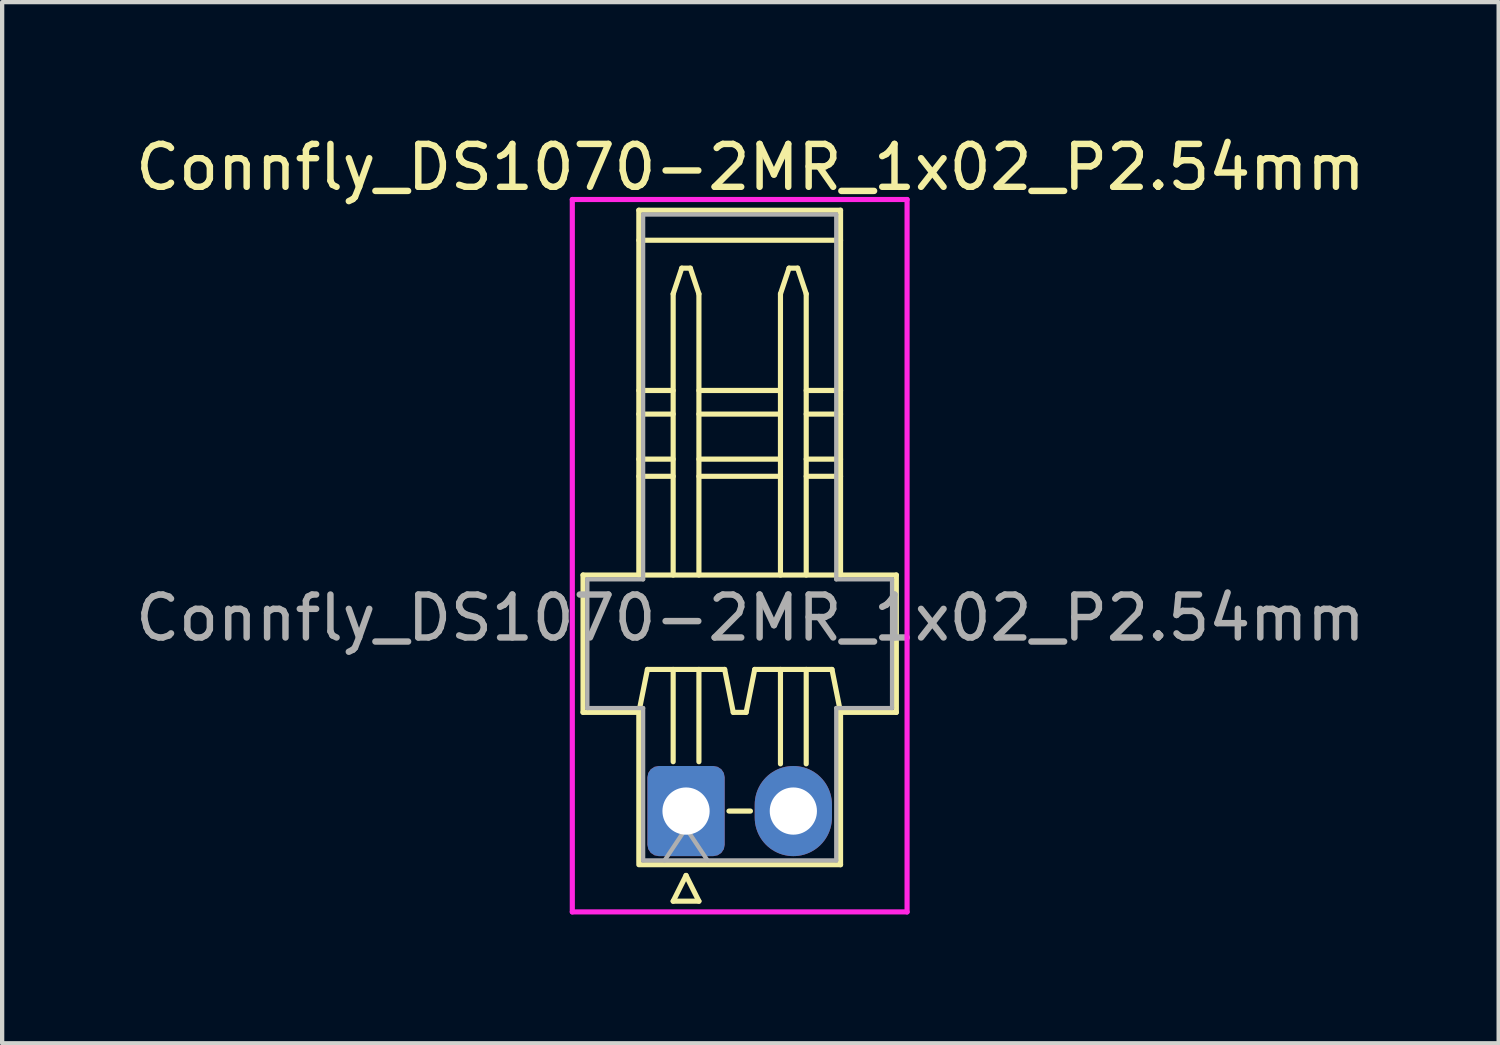
<source format=kicad_pcb>
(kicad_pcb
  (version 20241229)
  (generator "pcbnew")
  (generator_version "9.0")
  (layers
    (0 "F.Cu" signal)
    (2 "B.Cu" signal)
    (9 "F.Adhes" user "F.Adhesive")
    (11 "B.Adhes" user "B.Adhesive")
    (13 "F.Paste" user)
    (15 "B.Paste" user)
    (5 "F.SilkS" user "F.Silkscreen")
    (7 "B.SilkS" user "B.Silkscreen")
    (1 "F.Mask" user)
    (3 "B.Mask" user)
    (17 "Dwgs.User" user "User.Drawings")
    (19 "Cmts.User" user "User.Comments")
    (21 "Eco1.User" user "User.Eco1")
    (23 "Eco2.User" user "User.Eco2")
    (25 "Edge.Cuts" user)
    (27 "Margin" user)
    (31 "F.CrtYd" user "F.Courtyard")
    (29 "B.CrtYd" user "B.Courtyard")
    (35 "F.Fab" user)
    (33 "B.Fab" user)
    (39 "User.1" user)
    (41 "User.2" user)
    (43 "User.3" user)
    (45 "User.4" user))
  (footprint "Connfly_DS1070-2MR_1x02_P2.54mm"
    (layer "F.Cu")
    (at 12.935 15.848)
    (property "Reference" "Connfly_DS1070-2MR_1x02_P2.54mm" (at 1.5 -15 0) (layer "F.SilkS") (effects (font (size 1 1) (thickness 0.15))))
    (attr through_hole)
    (fp_line (start -2.4 -5.5) (end -1.1 -5.5) (stroke (width 0.12) (type solid)) (layer "F.SilkS"))
    (fp_line (start -2.4 -2.3) (end -2.4 -5.5) (stroke (width 0.12) (type solid)) (layer "F.SilkS"))
    (fp_line (start -1.1 -14) (end 3.6 -14) (stroke (width 0.12) (type solid)) (layer "F.SilkS"))
    (fp_line (start -1.1 -9.25) (end -0.3 -9.25) (stroke (width 0.12) (type solid)) (layer "F.SilkS"))
    (fp_line (start -1.1 -8.2) (end -0.3 -8.2) (stroke (width 0.12) (type solid)) (layer "F.SilkS"))
    (fp_line (start -1.1 -7.8) (end -0.3 -7.8) (stroke (width 0.12) (type solid)) (layer "F.SilkS"))
    (fp_line (start -1.1 -5.5) (end -1.1 -14) (stroke (width 0.12) (type solid)) (layer "F.SilkS"))
    (fp_line (start -1.1 -5.5) (end 3.6 -5.5) (stroke (width 0.12) (type solid)) (layer "F.SilkS"))
    (fp_line (start -1.1 -2.3) (end -2.4 -2.3) (stroke (width 0.12) (type solid)) (layer "F.SilkS"))
    (fp_line (start -1.1 -2.3) (end -0.9 -3.3) (stroke (width 0.12) (type solid)) (layer "F.SilkS"))
    (fp_line (start -1.1 1.2) (end -1.1 -2.3) (stroke (width 0.12) (type solid)) (layer "F.SilkS"))
    (fp_line (start -0.9 -3.3) (end 0.9 -3.3) (stroke (width 0.12) (type solid)) (layer "F.SilkS"))
    (fp_line (start -0.3 -12.05) (end -0.3 -5.5) (stroke (width 0.12) (type solid)) (layer "F.SilkS"))
    (fp_line (start -0.3 -9.8) (end -1.1 -9.8) (stroke (width 0.12) (type solid)) (layer "F.SilkS"))
    (fp_line (start -0.3 -3.3) (end -0.3 -1.15) (stroke (width 0.12) (type solid)) (layer "F.SilkS"))
    (fp_line (start -0.3 2.1) (end 0.3 2.1) (stroke (width 0.12) (type solid)) (layer "F.SilkS"))
    (fp_line (start -0.1 -12.65) (end -0.3 -12.05) (stroke (width 0.12) (type solid)) (layer "F.SilkS"))
    (fp_line (start -0.1 -12.65) (end 0.1 -12.65) (stroke (width 0.12) (type solid)) (layer "F.SilkS"))
    (fp_line (start 0 1.5) (end -0.3 2.1) (stroke (width 0.12) (type solid)) (layer "F.SilkS"))
    (fp_line (start 0.1 -12.65) (end 0.3 -12.05) (stroke (width 0.12) (type solid)) (layer "F.SilkS"))
    (fp_line (start 0.3 -12.05) (end 0.3 -5.5) (stroke (width 0.12) (type solid)) (layer "F.SilkS"))
    (fp_line (start 0.3 -9.25) (end 2.2 -9.25) (stroke (width 0.12) (type solid)) (layer "F.SilkS"))
    (fp_line (start 0.3 -7.8) (end 2.2 -7.8) (stroke (width 0.12) (type solid)) (layer "F.SilkS"))
    (fp_line (start 0.3 -3.3) (end 0.3 -1.15) (stroke (width 0.12) (type solid)) (layer "F.SilkS"))
    (fp_line (start 0.3 2.1) (end 0 1.5) (stroke (width 0.12) (type solid)) (layer "F.SilkS"))
    (fp_line (start 0.9 -3.3) (end 1.1 -2.3) (stroke (width 0.12) (type solid)) (layer "F.SilkS"))
    (fp_line (start 1 0) (end 1.5 0) (stroke (width 0.12) (type solid)) (layer "F.SilkS"))
    (fp_line (start 1.1 -2.3) (end 1.4 -2.3) (stroke (width 0.12) (type solid)) (layer "F.SilkS"))
    (fp_line (start 1.4 -2.3) (end 1.6 -3.3) (stroke (width 0.12) (type solid)) (layer "F.SilkS"))
    (fp_line (start 1.6 -3.3) (end 3.4 -3.3) (stroke (width 0.12) (type solid)) (layer "F.SilkS"))
    (fp_line (start 2.2 -12.05) (end 2.2 -5.5) (stroke (width 0.12) (type solid)) (layer "F.SilkS"))
    (fp_line (start 2.2 -9.8) (end 0.3 -9.8) (stroke (width 0.12) (type solid)) (layer "F.SilkS"))
    (fp_line (start 2.2 -8.2) (end 0.3 -8.2) (stroke (width 0.12) (type solid)) (layer "F.SilkS"))
    (fp_line (start 2.2 -3.3) (end 2.2 -1.1) (stroke (width 0.12) (type solid)) (layer "F.SilkS"))
    (fp_line (start 2.4 -12.65) (end 2.2 -12.05) (stroke (width 0.12) (type solid)) (layer "F.SilkS"))
    (fp_line (start 2.4 -12.65) (end 2.6 -12.65) (stroke (width 0.12) (type solid)) (layer "F.SilkS"))
    (fp_line (start 2.6 -12.65) (end 2.8 -12.05) (stroke (width 0.12) (type solid)) (layer "F.SilkS"))
    (fp_line (start 2.8 -12.05) (end 2.8 -5.5) (stroke (width 0.12) (type solid)) (layer "F.SilkS"))
    (fp_line (start 2.8 -9.25) (end 3.6 -9.25) (stroke (width 0.12) (type solid)) (layer "F.SilkS"))
    (fp_line (start 2.8 -8.2) (end 3.6 -8.2) (stroke (width 0.12) (type solid)) (layer "F.SilkS"))
    (fp_line (start 2.8 -7.8) (end 3.6 -7.8) (stroke (width 0.12) (type solid)) (layer "F.SilkS"))
    (fp_line (start 2.8 -3.3) (end 2.8 -1.1) (stroke (width 0.12) (type solid)) (layer "F.SilkS"))
    (fp_line (start 3.4 -3.3) (end 3.6 -2.3) (stroke (width 0.12) (type solid)) (layer "F.SilkS"))
    (fp_line (start 3.6 -14) (end 3.6 -5.5) (stroke (width 0.12) (type solid)) (layer "F.SilkS"))
    (fp_line (start 3.6 -13.3) (end -1.1 -13.3) (stroke (width 0.12) (type solid)) (layer "F.SilkS"))
    (fp_line (start 3.6 -9.8) (end 2.8 -9.8) (stroke (width 0.12) (type solid)) (layer "F.SilkS"))
    (fp_line (start 3.6 -5.5) (end 4.9 -5.5) (stroke (width 0.12) (type solid)) (layer "F.SilkS"))
    (fp_line (start 3.6 -2.3) (end 3.6 1.25) (stroke (width 0.12) (type solid)) (layer "F.SilkS"))
    (fp_line (start 3.6 1.25) (end -1.1 1.25) (stroke (width 0.12) (type solid)) (layer "F.SilkS"))
    (fp_line (start 4.9 -5.5) (end 4.9 -2.3) (stroke (width 0.12) (type solid)) (layer "F.SilkS"))
    (fp_line (start 4.9 -2.3) (end 3.6 -2.3) (stroke (width 0.12) (type solid)) (layer "F.SilkS"))
    (fp_line (start -2.65 -14.25) (end -2.65 2.35) (stroke (width 0.12) (type solid)) (layer "F.CrtYd"))
    (fp_line (start -2.65 2.35) (end 5.15 2.35) (stroke (width 0.12) (type solid)) (layer "F.CrtYd"))
    (fp_line (start 5.15 -14.25) (end -2.65 -14.25) (stroke (width 0.12) (type solid)) (layer "F.CrtYd"))
    (fp_line (start 5.15 2.35) (end 5.15 -14.25) (stroke (width 0.12) (type solid)) (layer "F.CrtYd"))
    (fp_line (start -2.3 -5.4) (end -1 -5.4) (stroke (width 0.1) (type solid)) (layer "F.Fab"))
    (fp_line (start -2.3 -2.4) (end -2.3 -5.4) (stroke (width 0.1) (type solid)) (layer "F.Fab"))
    (fp_line (start -1 -13.9) (end 3.5 -13.9) (stroke (width 0.1) (type solid)) (layer "F.Fab"))
    (fp_line (start -1 -5.4) (end -1 -13.9) (stroke (width 0.1) (type solid)) (layer "F.Fab"))
    (fp_line (start -1 -2.4) (end -2.3 -2.4) (stroke (width 0.1) (type solid)) (layer "F.Fab"))
    (fp_line (start -1 1.15) (end -1 -2.4) (stroke (width 0.1) (type solid)) (layer "F.Fab"))
    (fp_line (start -1 1.15) (end 3.5 1.15) (stroke (width 0.1) (type solid)) (layer "F.Fab"))
    (fp_line (start -0.5 1.15) (end 0 0.4) (stroke (width 0.1) (type solid)) (layer "F.Fab"))
    (fp_line (start 0 0.4) (end 0.5 1.15) (stroke (width 0.1) (type solid)) (layer "F.Fab"))
    (fp_line (start 3.5 -13.9) (end 3.5 -5.4) (stroke (width 0.1) (type solid)) (layer "F.Fab"))
    (fp_line (start 3.5 -5.4) (end 4.8 -5.4) (stroke (width 0.1) (type solid)) (layer "F.Fab"))
    (fp_line (start 3.5 1.15) (end 3.5 -2.4) (stroke (width 0.1) (type solid)) (layer "F.Fab"))
    (fp_line (start 4.8 -5.4) (end 4.8 -2.4) (stroke (width 0.1) (type solid)) (layer "F.Fab"))
    (fp_line (start 4.8 -2.4) (end 3.5 -2.4) (stroke (width 0.1) (type solid)) (layer "F.Fab"))
    (fp_text user "${REFERENCE}" (at 1.5 -4.5 0) (layer "F.Fab") (effects (font (size 1 1) (thickness 0.15))))
    (pad "1" thru_hole roundrect (at 0 0) (size 1.8 2.1) (drill 1.1) (layers "*.Cu" "*.Mask") (roundrect_rratio 0.147))
    (pad "2" thru_hole oval (at 2.5 0) (size 1.8 2.1) (drill 1.1) (layers "*.Cu" "*.Mask")))
  (gr_rect
    (start -3 -3)
    (end 31.869 21.258)
    (stroke (width 0.1) (type default))
    (fill no)
    (layer "Edge.Cuts")))
</source>
